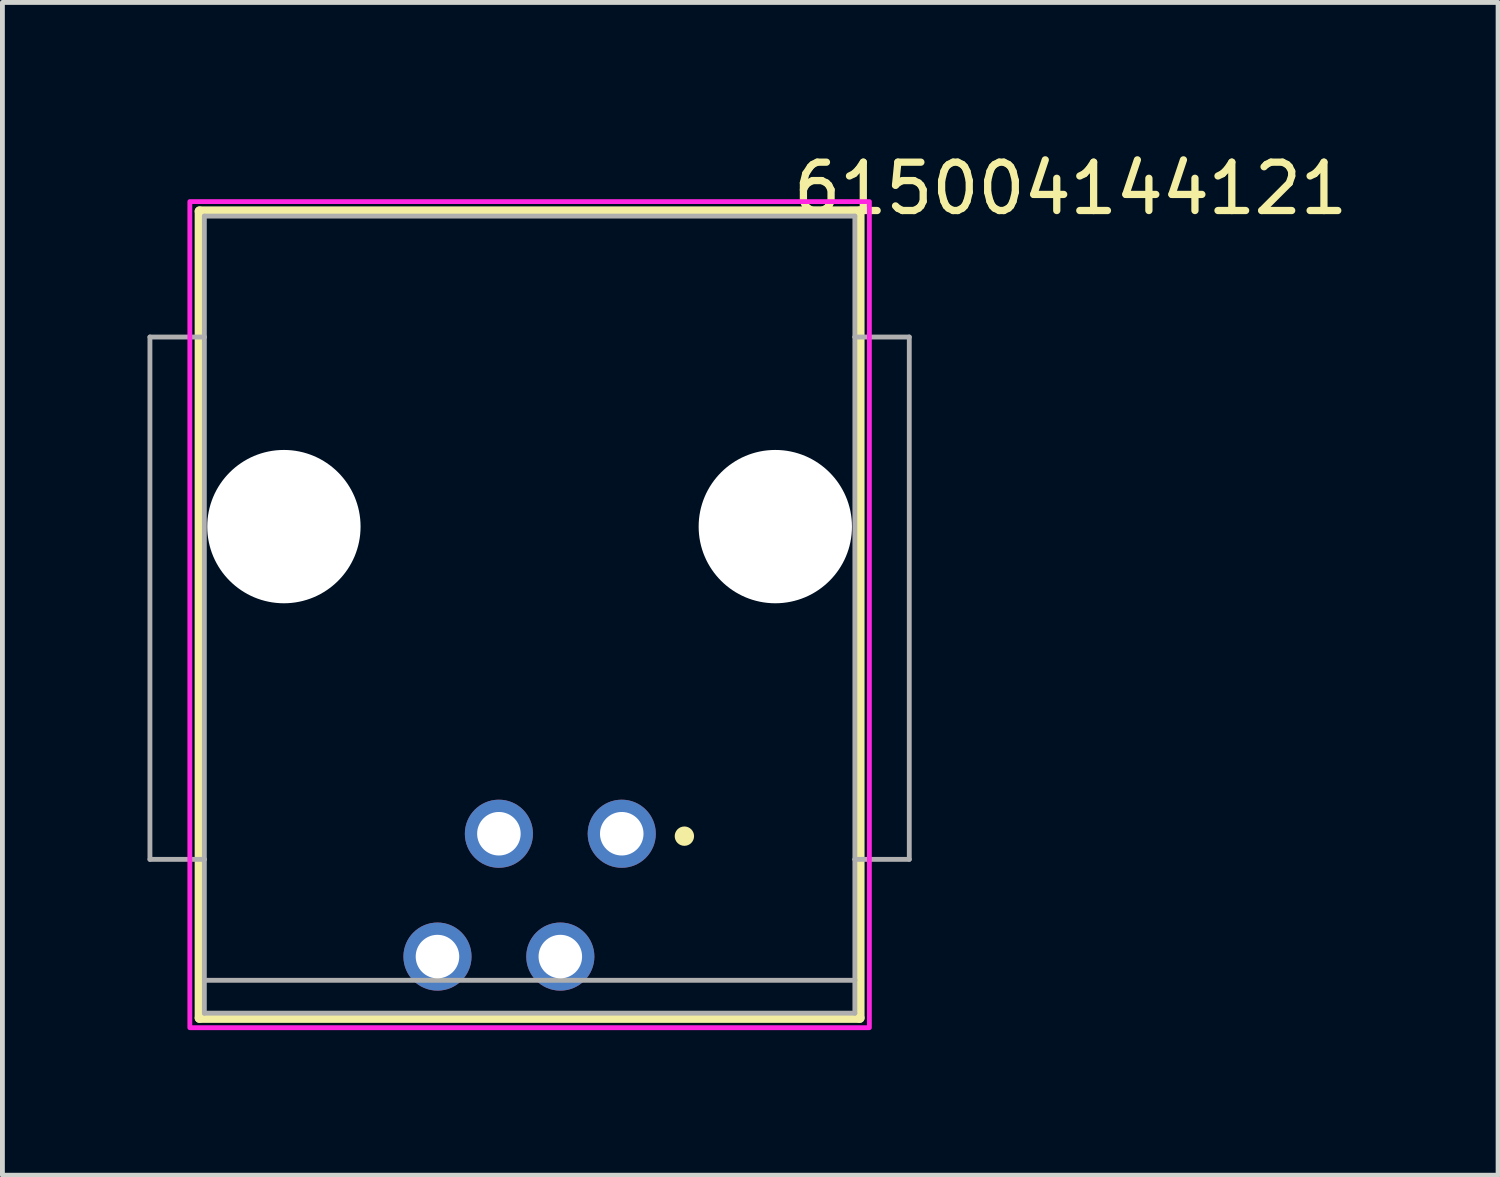
<source format=kicad_pcb>
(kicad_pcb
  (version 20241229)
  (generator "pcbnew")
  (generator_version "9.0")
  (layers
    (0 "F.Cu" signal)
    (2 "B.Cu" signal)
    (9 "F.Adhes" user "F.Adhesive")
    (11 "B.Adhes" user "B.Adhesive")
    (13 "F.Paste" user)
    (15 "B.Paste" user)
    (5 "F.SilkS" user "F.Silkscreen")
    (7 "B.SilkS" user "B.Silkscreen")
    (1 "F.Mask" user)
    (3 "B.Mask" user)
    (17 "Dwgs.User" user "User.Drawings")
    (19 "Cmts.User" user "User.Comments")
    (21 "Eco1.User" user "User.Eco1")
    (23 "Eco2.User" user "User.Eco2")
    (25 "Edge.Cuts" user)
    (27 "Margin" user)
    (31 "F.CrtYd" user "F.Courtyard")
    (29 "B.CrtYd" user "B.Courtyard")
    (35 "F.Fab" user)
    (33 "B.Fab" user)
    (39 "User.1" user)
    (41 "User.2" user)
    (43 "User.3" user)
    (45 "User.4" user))
  (footprint "615004144121"
    (layer "F.Cu")
    (at 7.9 9.658)
    (property "Reference" "615004144121" (at 11.185 -8.81 0) (layer "F.SilkS") (effects (font (size 1 1) (thickness 0.15))))
    (attr through_hole)
    (fp_line (start -6.825 -8.34) (end 6.825 -8.34) (stroke (width 0.2) (type solid)) (layer "F.SilkS"))
    (fp_line (start -6.825 8.34) (end -6.825 -8.34) (stroke (width 0.2) (type solid)) (layer "F.SilkS"))
    (fp_line (start 6.825 -8.34) (end 6.825 8.34) (stroke (width 0.2) (type solid)) (layer "F.SilkS"))
    (fp_line (start 6.825 8.34) (end -6.825 8.34) (stroke (width 0.2) (type solid)) (layer "F.SilkS"))
    (fp_circle (center 3.2 4.58) (end 3.3 4.58) (stroke (width 0.2) (type solid)) (fill no) (layer "F.SilkS"))
    (fp_poly (pts (xy -7.025 -8.54) (xy 7.025 -8.54) (xy 7.025 8.54) (xy -7.025 8.54)) (stroke (width 0.1) (type solid)) (fill no) (layer "F.CrtYd"))
    (fp_line (start -7.85 -5.74) (end -7.85 5.06) (stroke (width 0.1) (type solid)) (layer "F.Fab"))
    (fp_line (start -7.85 5.06) (end -6.725 5.06) (stroke (width 0.1) (type solid)) (layer "F.Fab"))
    (fp_line (start -6.725 -8.24) (end 6.725 -8.24) (stroke (width 0.1) (type solid)) (layer "F.Fab"))
    (fp_line (start -6.725 -5.74) (end -7.85 -5.74) (stroke (width 0.1) (type solid)) (layer "F.Fab"))
    (fp_line (start -6.725 -5.74) (end -6.725 -8.24) (stroke (width 0.1) (type solid)) (layer "F.Fab"))
    (fp_line (start -6.725 5.06) (end -6.725 -5.74) (stroke (width 0.1) (type solid)) (layer "F.Fab"))
    (fp_line (start -6.725 7.56) (end -6.725 5.06) (stroke (width 0.1) (type solid)) (layer "F.Fab"))
    (fp_line (start -6.725 7.56) (end 6.725 7.56) (stroke (width 0.1) (type solid)) (layer "F.Fab"))
    (fp_line (start -6.725 8.24) (end -6.725 7.56) (stroke (width 0.1) (type solid)) (layer "F.Fab"))
    (fp_line (start 6.725 -8.24) (end 6.725 -5.74) (stroke (width 0.1) (type solid)) (layer "F.Fab"))
    (fp_line (start 6.725 -5.74) (end 6.725 5.06) (stroke (width 0.1) (type solid)) (layer "F.Fab"))
    (fp_line (start 6.725 -5.74) (end 7.85 -5.74) (stroke (width 0.1) (type solid)) (layer "F.Fab"))
    (fp_line (start 6.725 5.06) (end 6.725 7.56) (stroke (width 0.1) (type solid)) (layer "F.Fab"))
    (fp_line (start 6.725 7.56) (end 6.725 8.24) (stroke (width 0.1) (type solid)) (layer "F.Fab"))
    (fp_line (start 6.725 8.24) (end -6.725 8.24) (stroke (width 0.1) (type solid)) (layer "F.Fab"))
    (fp_line (start 7.85 -5.74) (end 7.85 5.06) (stroke (width 0.1) (type solid)) (layer "F.Fab"))
    (fp_line (start 7.85 5.06) (end 6.725 5.06) (stroke (width 0.1) (type solid)) (layer "F.Fab"))
    (pad "" np_thru_hole circle (at -5.08 -1.82) (size 3.17 3.17) (drill 3.17) (layers "*.Cu" "*.Mask"))
    (pad "" np_thru_hole circle (at 5.08 -1.82) (size 3.17 3.17) (drill 3.17) (layers "*.Cu" "*.Mask"))
    (pad "1" thru_hole circle (at 1.905 4.53) (size 1.408 1.408) (drill 0.9) (layers "*.Cu" "*.Mask"))
    (pad "2" thru_hole circle (at 0.635 7.07) (size 1.408 1.408) (drill 0.9) (layers "*.Cu" "*.Mask"))
    (pad "3" thru_hole circle (at -0.635 4.53) (size 1.408 1.408) (drill 0.9) (layers "*.Cu" "*.Mask"))
    (pad "4" thru_hole circle (at -1.905 7.07) (size 1.408 1.408) (drill 0.9) (layers "*.Cu" "*.Mask")))
  (gr_rect
    (start -3 -3)
    (end 27.924 21.248)
    (stroke (width 0.1) (type default))
    (fill no)
    (layer "Edge.Cuts")))
</source>
